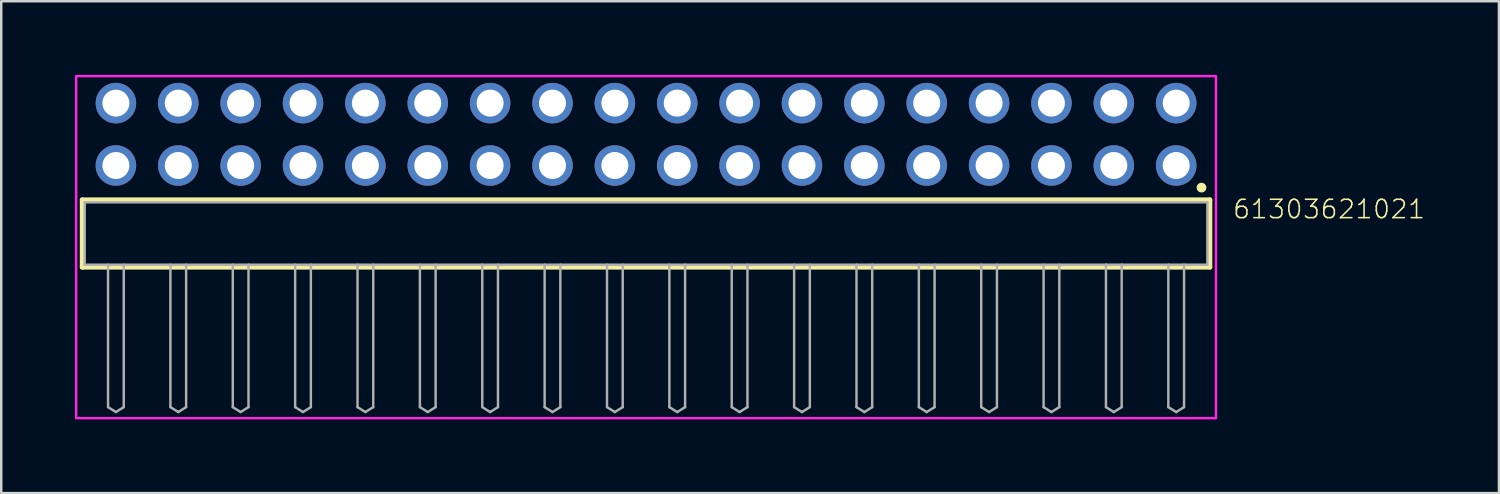
<source format=kicad_pcb>
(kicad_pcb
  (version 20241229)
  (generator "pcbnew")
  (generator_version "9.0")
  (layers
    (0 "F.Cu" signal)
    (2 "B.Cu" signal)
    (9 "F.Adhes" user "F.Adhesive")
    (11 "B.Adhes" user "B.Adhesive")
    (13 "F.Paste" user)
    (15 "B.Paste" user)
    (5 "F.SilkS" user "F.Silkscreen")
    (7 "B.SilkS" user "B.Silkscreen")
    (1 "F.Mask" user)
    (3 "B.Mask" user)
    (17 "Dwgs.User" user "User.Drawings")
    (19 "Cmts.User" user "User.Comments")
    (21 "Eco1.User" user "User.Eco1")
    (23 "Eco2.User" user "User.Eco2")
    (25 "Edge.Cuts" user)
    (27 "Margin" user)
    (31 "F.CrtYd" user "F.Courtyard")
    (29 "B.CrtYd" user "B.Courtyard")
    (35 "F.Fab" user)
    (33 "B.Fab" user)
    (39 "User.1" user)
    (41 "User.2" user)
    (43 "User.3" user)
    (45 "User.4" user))
  (footprint "61303621021"
    (layer "F.Cu")
    (at 23.26 6.46)
    (property "Reference" "61303621021" (at 23.855 -0.552 0) (unlocked yes) (layer "F.SilkS") (effects (font (size 0.748 0.748) (thickness 0.065)) (justify left bottom)))
    (fp_line (start -22.96 -1.37) (end 22.96 -1.37) (stroke (width 0.2) (type solid)) (layer "F.SilkS"))
    (fp_line (start -22.96 1.37) (end -22.96 -1.37) (stroke (width 0.2) (type solid)) (layer "F.SilkS"))
    (fp_line (start 22.96 -1.37) (end 22.96 1.37) (stroke (width 0.2) (type solid)) (layer "F.SilkS"))
    (fp_line (start 22.96 1.37) (end -22.96 1.37) (stroke (width 0.2) (type solid)) (layer "F.SilkS"))
    (fp_circle (center 22.62 -1.87) (end 22.72 -1.87) (stroke (width 0.2) (type solid)) (fill no) (layer "F.SilkS"))
    (fp_poly (pts (xy 23.21 7.52) (xy -23.21 7.52) (xy -23.21 -6.41) (xy 23.21 -6.41)) (stroke (width 0.1) (type default)) (fill no) (layer "F.CrtYd"))
    (fp_line (start -22.86 -1.27) (end 22.86 -1.27) (stroke (width 0.1) (type solid)) (layer "F.Fab"))
    (fp_line (start -22.86 1.27) (end -22.86 -1.27) (stroke (width 0.1) (type solid)) (layer "F.Fab"))
    (fp_line (start -21.91 1.27) (end -21.91 7.07) (stroke (width 0.1) (type solid)) (layer "F.Fab"))
    (fp_line (start -21.91 7.07) (end -21.59 7.27) (stroke (width 0.1) (type solid)) (layer "F.Fab"))
    (fp_line (start -21.59 7.27) (end -21.27 7.07) (stroke (width 0.1) (type solid)) (layer "F.Fab"))
    (fp_line (start -21.27 1.27) (end -21.27 7.07) (stroke (width 0.1) (type solid)) (layer "F.Fab"))
    (fp_line (start -19.37 1.27) (end -19.37 7.07) (stroke (width 0.1) (type solid)) (layer "F.Fab"))
    (fp_line (start -19.37 7.07) (end -19.05 7.27) (stroke (width 0.1) (type solid)) (layer "F.Fab"))
    (fp_line (start -19.05 7.27) (end -18.73 7.07) (stroke (width 0.1) (type solid)) (layer "F.Fab"))
    (fp_line (start -18.73 1.27) (end -18.73 7.07) (stroke (width 0.1) (type solid)) (layer "F.Fab"))
    (fp_line (start -16.83 1.27) (end -16.83 7.07) (stroke (width 0.1) (type solid)) (layer "F.Fab"))
    (fp_line (start -16.83 7.07) (end -16.51 7.27) (stroke (width 0.1) (type solid)) (layer "F.Fab"))
    (fp_line (start -16.51 7.27) (end -16.19 7.07) (stroke (width 0.1) (type solid)) (layer "F.Fab"))
    (fp_line (start -16.19 1.27) (end -16.19 7.07) (stroke (width 0.1) (type solid)) (layer "F.Fab"))
    (fp_line (start -14.29 1.27) (end -14.29 7.07) (stroke (width 0.1) (type solid)) (layer "F.Fab"))
    (fp_line (start -14.29 7.07) (end -13.97 7.27) (stroke (width 0.1) (type solid)) (layer "F.Fab"))
    (fp_line (start -13.97 7.27) (end -13.65 7.07) (stroke (width 0.1) (type solid)) (layer "F.Fab"))
    (fp_line (start -13.65 1.27) (end -13.65 7.07) (stroke (width 0.1) (type solid)) (layer "F.Fab"))
    (fp_line (start -11.75 1.27) (end -11.75 7.07) (stroke (width 0.1) (type solid)) (layer "F.Fab"))
    (fp_line (start -11.75 7.07) (end -11.43 7.27) (stroke (width 0.1) (type solid)) (layer "F.Fab"))
    (fp_line (start -11.43 7.27) (end -11.11 7.07) (stroke (width 0.1) (type solid)) (layer "F.Fab"))
    (fp_line (start -11.11 1.27) (end -11.11 7.07) (stroke (width 0.1) (type solid)) (layer "F.Fab"))
    (fp_line (start -9.21 1.27) (end -9.21 7.07) (stroke (width 0.1) (type solid)) (layer "F.Fab"))
    (fp_line (start -9.21 7.07) (end -8.89 7.27) (stroke (width 0.1) (type solid)) (layer "F.Fab"))
    (fp_line (start -8.89 7.27) (end -8.57 7.07) (stroke (width 0.1) (type solid)) (layer "F.Fab"))
    (fp_line (start -8.57 1.27) (end -8.57 7.07) (stroke (width 0.1) (type solid)) (layer "F.Fab"))
    (fp_line (start -6.67 1.27) (end -6.67 7.07) (stroke (width 0.1) (type solid)) (layer "F.Fab"))
    (fp_line (start -6.67 7.07) (end -6.35 7.27) (stroke (width 0.1) (type solid)) (layer "F.Fab"))
    (fp_line (start -6.35 7.27) (end -6.03 7.07) (stroke (width 0.1) (type solid)) (layer "F.Fab"))
    (fp_line (start -6.03 1.27) (end -6.03 7.07) (stroke (width 0.1) (type solid)) (layer "F.Fab"))
    (fp_line (start -4.13 1.27) (end -4.13 7.07) (stroke (width 0.1) (type solid)) (layer "F.Fab"))
    (fp_line (start -4.13 7.07) (end -3.81 7.27) (stroke (width 0.1) (type solid)) (layer "F.Fab"))
    (fp_line (start -3.81 7.27) (end -3.49 7.07) (stroke (width 0.1) (type solid)) (layer "F.Fab"))
    (fp_line (start -3.49 1.27) (end -3.49 7.07) (stroke (width 0.1) (type solid)) (layer "F.Fab"))
    (fp_line (start -1.59 1.27) (end -1.59 7.07) (stroke (width 0.1) (type solid)) (layer "F.Fab"))
    (fp_line (start -1.59 7.07) (end -1.27 7.27) (stroke (width 0.1) (type solid)) (layer "F.Fab"))
    (fp_line (start -1.27 7.27) (end -0.95 7.07) (stroke (width 0.1) (type solid)) (layer "F.Fab"))
    (fp_line (start -0.95 1.27) (end -0.95 7.07) (stroke (width 0.1) (type solid)) (layer "F.Fab"))
    (fp_line (start 0.95 1.27) (end 0.95 7.07) (stroke (width 0.1) (type solid)) (layer "F.Fab"))
    (fp_line (start 0.95 7.07) (end 1.27 7.27) (stroke (width 0.1) (type solid)) (layer "F.Fab"))
    (fp_line (start 1.27 7.27) (end 1.59 7.07) (stroke (width 0.1) (type solid)) (layer "F.Fab"))
    (fp_line (start 1.59 1.27) (end 1.59 7.07) (stroke (width 0.1) (type solid)) (layer "F.Fab"))
    (fp_line (start 3.49 1.27) (end 3.49 7.07) (stroke (width 0.1) (type solid)) (layer "F.Fab"))
    (fp_line (start 3.49 7.07) (end 3.81 7.27) (stroke (width 0.1) (type solid)) (layer "F.Fab"))
    (fp_line (start 3.81 7.27) (end 4.13 7.07) (stroke (width 0.1) (type solid)) (layer "F.Fab"))
    (fp_line (start 4.13 1.27) (end 4.13 7.07) (stroke (width 0.1) (type solid)) (layer "F.Fab"))
    (fp_line (start 6.03 1.27) (end 6.03 7.07) (stroke (width 0.1) (type solid)) (layer "F.Fab"))
    (fp_line (start 6.03 7.07) (end 6.35 7.27) (stroke (width 0.1) (type solid)) (layer "F.Fab"))
    (fp_line (start 6.35 7.27) (end 6.67 7.07) (stroke (width 0.1) (type solid)) (layer "F.Fab"))
    (fp_line (start 6.67 1.27) (end 6.67 7.07) (stroke (width 0.1) (type solid)) (layer "F.Fab"))
    (fp_line (start 8.57 1.27) (end 8.57 7.07) (stroke (width 0.1) (type solid)) (layer "F.Fab"))
    (fp_line (start 8.57 7.07) (end 8.89 7.27) (stroke (width 0.1) (type solid)) (layer "F.Fab"))
    (fp_line (start 8.89 7.27) (end 9.21 7.07) (stroke (width 0.1) (type solid)) (layer "F.Fab"))
    (fp_line (start 9.21 1.27) (end 9.21 7.07) (stroke (width 0.1) (type solid)) (layer "F.Fab"))
    (fp_line (start 11.11 1.27) (end 11.11 7.07) (stroke (width 0.1) (type solid)) (layer "F.Fab"))
    (fp_line (start 11.11 7.07) (end 11.43 7.27) (stroke (width 0.1) (type solid)) (layer "F.Fab"))
    (fp_line (start 11.43 7.27) (end 11.75 7.07) (stroke (width 0.1) (type solid)) (layer "F.Fab"))
    (fp_line (start 11.75 1.27) (end 11.75 7.07) (stroke (width 0.1) (type solid)) (layer "F.Fab"))
    (fp_line (start 13.65 1.27) (end 13.65 7.07) (stroke (width 0.1) (type solid)) (layer "F.Fab"))
    (fp_line (start 13.65 7.07) (end 13.97 7.27) (stroke (width 0.1) (type solid)) (layer "F.Fab"))
    (fp_line (start 13.97 7.27) (end 14.29 7.07) (stroke (width 0.1) (type solid)) (layer "F.Fab"))
    (fp_line (start 14.29 1.27) (end 14.29 7.07) (stroke (width 0.1) (type solid)) (layer "F.Fab"))
    (fp_line (start 16.19 1.27) (end 16.19 7.07) (stroke (width 0.1) (type solid)) (layer "F.Fab"))
    (fp_line (start 16.19 7.07) (end 16.51 7.27) (stroke (width 0.1) (type solid)) (layer "F.Fab"))
    (fp_line (start 16.51 7.27) (end 16.83 7.07) (stroke (width 0.1) (type solid)) (layer "F.Fab"))
    (fp_line (start 16.83 1.27) (end 16.83 7.07) (stroke (width 0.1) (type solid)) (layer "F.Fab"))
    (fp_line (start 18.73 1.27) (end -22.86 1.27) (stroke (width 0.1) (type solid)) (layer "F.Fab"))
    (fp_line (start 18.73 1.27) (end 18.73 7.07) (stroke (width 0.1) (type solid)) (layer "F.Fab"))
    (fp_line (start 18.73 7.07) (end 19.05 7.27) (stroke (width 0.1) (type solid)) (layer "F.Fab"))
    (fp_line (start 19.05 7.27) (end 19.37 7.07) (stroke (width 0.1) (type solid)) (layer "F.Fab"))
    (fp_line (start 19.37 1.27) (end 18.73 1.27) (stroke (width 0.1) (type solid)) (layer "F.Fab"))
    (fp_line (start 19.37 1.27) (end 19.37 7.07) (stroke (width 0.1) (type solid)) (layer "F.Fab"))
    (fp_line (start 21.27 1.27) (end 21.27 7.07) (stroke (width 0.1) (type solid)) (layer "F.Fab"))
    (fp_line (start 21.27 7.07) (end 21.59 7.27) (stroke (width 0.1) (type solid)) (layer "F.Fab"))
    (fp_line (start 21.59 7.27) (end 21.91 7.07) (stroke (width 0.1) (type solid)) (layer "F.Fab"))
    (fp_line (start 21.91 1.27) (end 21.91 7.07) (stroke (width 0.1) (type solid)) (layer "F.Fab"))
    (fp_line (start 22.86 -1.27) (end 22.86 1.27) (stroke (width 0.1) (type solid)) (layer "F.Fab"))
    (fp_line (start 22.86 1.27) (end 19.37 1.27) (stroke (width 0.1) (type solid)) (layer "F.Fab"))
    (pad "1" thru_hole circle (at 21.59 -2.77) (size 1.65 1.65) (drill 1.1) (layers "*.Cu" "*.Mask"))
    (pad "2" thru_hole circle (at 21.59 -5.31) (size 1.65 1.65) (drill 1.1) (layers "*.Cu" "*.Mask"))
    (pad "3" thru_hole circle (at 19.05 -2.77) (size 1.65 1.65) (drill 1.1) (layers "*.Cu" "*.Mask"))
    (pad "4" thru_hole circle (at 19.05 -5.31) (size 1.65 1.65) (drill 1.1) (layers "*.Cu" "*.Mask"))
    (pad "5" thru_hole circle (at 16.51 -2.77) (size 1.65 1.65) (drill 1.1) (layers "*.Cu" "*.Mask"))
    (pad "6" thru_hole circle (at 16.51 -5.31) (size 1.65 1.65) (drill 1.1) (layers "*.Cu" "*.Mask"))
    (pad "7" thru_hole circle (at 13.97 -2.77) (size 1.65 1.65) (drill 1.1) (layers "*.Cu" "*.Mask"))
    (pad "8" thru_hole circle (at 13.97 -5.31) (size 1.65 1.65) (drill 1.1) (layers "*.Cu" "*.Mask"))
    (pad "9" thru_hole circle (at 11.43 -2.77) (size 1.65 1.65) (drill 1.1) (layers "*.Cu" "*.Mask"))
    (pad "10" thru_hole circle (at 11.43 -5.31) (size 1.65 1.65) (drill 1.1) (layers "*.Cu" "*.Mask"))
    (pad "11" thru_hole circle (at 8.89 -2.77) (size 1.65 1.65) (drill 1.1) (layers "*.Cu" "*.Mask"))
    (pad "12" thru_hole circle (at 8.89 -5.31) (size 1.65 1.65) (drill 1.1) (layers "*.Cu" "*.Mask"))
    (pad "13" thru_hole circle (at 6.35 -2.77) (size 1.65 1.65) (drill 1.1) (layers "*.Cu" "*.Mask"))
    (pad "14" thru_hole circle (at 6.35 -5.31) (size 1.65 1.65) (drill 1.1) (layers "*.Cu" "*.Mask"))
    (pad "15" thru_hole circle (at 3.81 -2.77) (size 1.65 1.65) (drill 1.1) (layers "*.Cu" "*.Mask"))
    (pad "16" thru_hole circle (at 3.81 -5.31) (size 1.65 1.65) (drill 1.1) (layers "*.Cu" "*.Mask"))
    (pad "17" thru_hole circle (at 1.27 -2.77) (size 1.65 1.65) (drill 1.1) (layers "*.Cu" "*.Mask"))
    (pad "18" thru_hole circle (at 1.27 -5.31) (size 1.65 1.65) (drill 1.1) (layers "*.Cu" "*.Mask"))
    (pad "19" thru_hole circle (at -1.27 -2.77) (size 1.65 1.65) (drill 1.1) (layers "*.Cu" "*.Mask"))
    (pad "20" thru_hole circle (at -1.27 -5.31) (size 1.65 1.65) (drill 1.1) (layers "*.Cu" "*.Mask"))
    (pad "21" thru_hole circle (at -3.81 -2.77) (size 1.65 1.65) (drill 1.1) (layers "*.Cu" "*.Mask"))
    (pad "22" thru_hole circle (at -3.81 -5.31) (size 1.65 1.65) (drill 1.1) (layers "*.Cu" "*.Mask"))
    (pad "23" thru_hole circle (at -6.35 -2.77) (size 1.65 1.65) (drill 1.1) (layers "*.Cu" "*.Mask"))
    (pad "24" thru_hole circle (at -6.35 -5.31) (size 1.65 1.65) (drill 1.1) (layers "*.Cu" "*.Mask"))
    (pad "25" thru_hole circle (at -8.89 -2.77) (size 1.65 1.65) (drill 1.1) (layers "*.Cu" "*.Mask"))
    (pad "26" thru_hole circle (at -8.89 -5.31) (size 1.65 1.65) (drill 1.1) (layers "*.Cu" "*.Mask"))
    (pad "27" thru_hole circle (at -11.43 -2.77) (size 1.65 1.65) (drill 1.1) (layers "*.Cu" "*.Mask"))
    (pad "28" thru_hole circle (at -11.43 -5.31) (size 1.65 1.65) (drill 1.1) (layers "*.Cu" "*.Mask"))
    (pad "29" thru_hole circle (at -13.97 -2.77) (size 1.65 1.65) (drill 1.1) (layers "*.Cu" "*.Mask"))
    (pad "30" thru_hole circle (at -13.97 -5.31) (size 1.65 1.65) (drill 1.1) (layers "*.Cu" "*.Mask"))
    (pad "31" thru_hole circle (at -16.51 -2.77) (size 1.65 1.65) (drill 1.1) (layers "*.Cu" "*.Mask"))
    (pad "32" thru_hole circle (at -16.51 -5.31) (size 1.65 1.65) (drill 1.1) (layers "*.Cu" "*.Mask"))
    (pad "33" thru_hole circle (at -19.05 -2.77) (size 1.65 1.65) (drill 1.1) (layers "*.Cu" "*.Mask"))
    (pad "34" thru_hole circle (at -19.05 -5.31) (size 1.65 1.65) (drill 1.1) (layers "*.Cu" "*.Mask"))
    (pad "35" thru_hole circle (at -21.59 -2.77) (size 1.65 1.65) (drill 1.1) (layers "*.Cu" "*.Mask"))
    (pad "36" thru_hole circle (at -21.59 -5.31) (size 1.65 1.65) (drill 1.1) (layers "*.Cu" "*.Mask")))
  (gr_rect
    (start -3 -3)
    (end 57.994 17.03)
    (stroke (width 0.1) (type default))
    (fill no)
    (layer "Edge.Cuts")))
</source>
